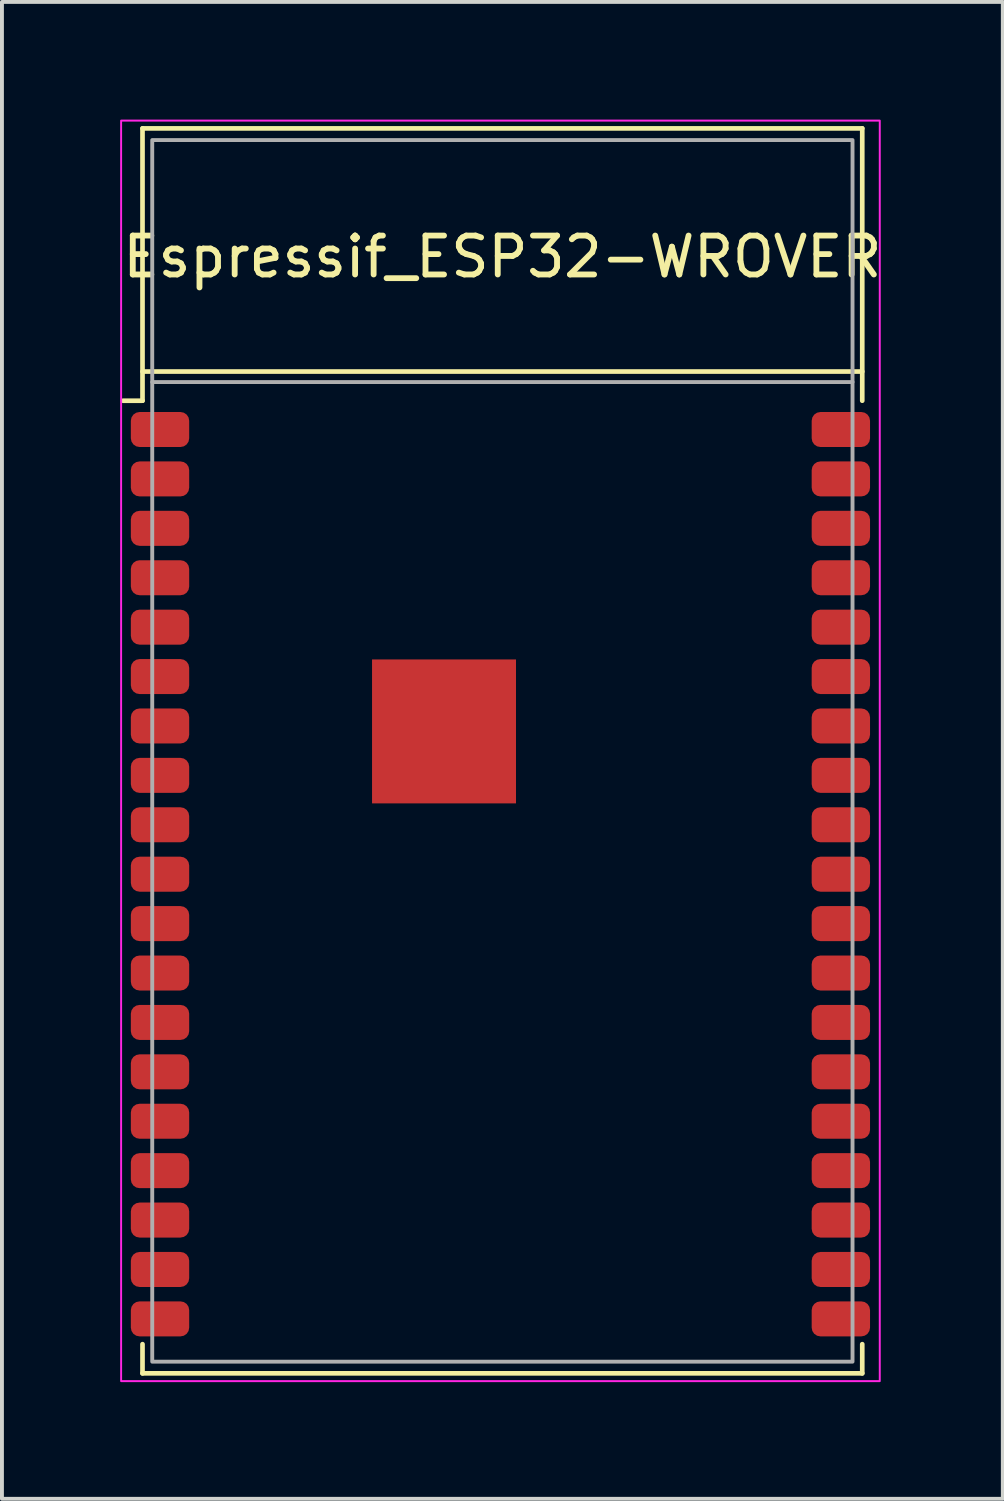
<source format=kicad_pcb>
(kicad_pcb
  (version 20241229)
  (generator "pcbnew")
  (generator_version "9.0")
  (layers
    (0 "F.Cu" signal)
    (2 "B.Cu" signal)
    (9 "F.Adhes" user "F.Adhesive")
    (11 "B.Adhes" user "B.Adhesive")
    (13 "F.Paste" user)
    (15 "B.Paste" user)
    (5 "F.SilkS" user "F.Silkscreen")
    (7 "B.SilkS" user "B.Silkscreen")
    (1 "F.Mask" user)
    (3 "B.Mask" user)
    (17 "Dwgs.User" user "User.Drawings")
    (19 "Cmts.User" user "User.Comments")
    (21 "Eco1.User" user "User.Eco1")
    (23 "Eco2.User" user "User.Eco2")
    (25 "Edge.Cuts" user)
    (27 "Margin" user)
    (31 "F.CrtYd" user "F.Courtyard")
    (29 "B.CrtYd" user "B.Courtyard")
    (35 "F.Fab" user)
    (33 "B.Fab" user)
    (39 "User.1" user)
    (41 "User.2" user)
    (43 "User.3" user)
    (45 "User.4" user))
  (footprint "Espressif_ESP32-WROVER"
    (layer "F.Cu")
    (at 9.863 16.25)
    (property "Reference" "Espressif_ESP32-WROVER" (at 0 -12.7 0) (layer "F.SilkS") (effects (font (size 1 1) (thickness 0.15))))
    (attr smd)
    (fp_line (start -9.25 -16) (end -9.25 -9) (stroke (width 0.12) (type solid)) (layer "F.SilkS"))
    (fp_line (start -9.25 -16) (end 9.25 -16) (stroke (width 0.12) (type solid)) (layer "F.SilkS"))
    (fp_line (start -9.25 -9.75) (end 9.25 -9.75) (stroke (width 0.12) (type solid)) (layer "F.SilkS"))
    (fp_line (start -9.25 -9) (end -9.75 -9) (stroke (width 0.12) (type solid)) (layer "F.SilkS"))
    (fp_line (start -9.25 16) (end -9.25 15.25) (stroke (width 0.12) (type solid)) (layer "F.SilkS"))
    (fp_line (start -9.25 16) (end 9.25 16) (stroke (width 0.12) (type solid)) (layer "F.SilkS"))
    (fp_line (start 9.25 -16) (end 9.25 -9) (stroke (width 0.12) (type solid)) (layer "F.SilkS"))
    (fp_line (start 9.25 16) (end 9.25 15.25) (stroke (width 0.12) (type solid)) (layer "F.SilkS"))
    (fp_rect (start -9.8 -16.2) (end 9.7 16.2) (stroke (width 0.05) (type solid)) (fill no) (layer "F.CrtYd"))
    (fp_line (start -9 -9.48) (end 9 -9.48) (stroke (width 0.1) (type solid)) (layer "F.Fab"))
    (fp_rect (start -9 -15.7) (end 9 15.7) (stroke (width 0.1) (type solid)) (fill no) (layer "F.Fab"))
    (pad "1" smd roundrect (at -8.8 -8.26) (size 1.5 0.9) (layers "F.Cu" "F.Mask" "F.Paste") (roundrect_rratio 0.25))
    (pad "2" smd roundrect (at -8.8 -6.99) (size 1.5 0.9) (layers "F.Cu" "F.Mask" "F.Paste") (roundrect_rratio 0.25))
    (pad "3" smd roundrect (at -8.8 -5.72) (size 1.5 0.9) (layers "F.Cu" "F.Mask" "F.Paste") (roundrect_rratio 0.25))
    (pad "4" smd roundrect (at -8.8 -4.45) (size 1.5 0.9) (layers "F.Cu" "F.Mask" "F.Paste") (roundrect_rratio 0.25))
    (pad "5" smd roundrect (at -8.8 -3.18) (size 1.5 0.9) (layers "F.Cu" "F.Mask" "F.Paste") (roundrect_rratio 0.25))
    (pad "6" smd roundrect (at -8.8 -1.91) (size 1.5 0.9) (layers "F.Cu" "F.Mask" "F.Paste") (roundrect_rratio 0.25))
    (pad "7" smd roundrect (at -8.8 -0.64) (size 1.5 0.9) (layers "F.Cu" "F.Mask" "F.Paste") (roundrect_rratio 0.25))
    (pad "8" smd roundrect (at -8.8 0.63) (size 1.5 0.9) (layers "F.Cu" "F.Mask" "F.Paste") (roundrect_rratio 0.25))
    (pad "9" smd roundrect (at -8.8 1.9) (size 1.5 0.9) (layers "F.Cu" "F.Mask" "F.Paste") (roundrect_rratio 0.25))
    (pad "10" smd roundrect (at -8.8 3.17) (size 1.5 0.9) (layers "F.Cu" "F.Mask" "F.Paste") (roundrect_rratio 0.25))
    (pad "11" smd roundrect (at -8.8 4.44) (size 1.5 0.9) (layers "F.Cu" "F.Mask" "F.Paste") (roundrect_rratio 0.25))
    (pad "12" smd roundrect (at -8.8 5.71) (size 1.5 0.9) (layers "F.Cu" "F.Mask" "F.Paste") (roundrect_rratio 0.25))
    (pad "13" smd roundrect (at -8.8 6.98) (size 1.5 0.9) (layers "F.Cu" "F.Mask" "F.Paste") (roundrect_rratio 0.25))
    (pad "14" smd roundrect (at -8.8 8.25) (size 1.5 0.9) (layers "F.Cu" "F.Mask" "F.Paste") (roundrect_rratio 0.25))
    (pad "15" smd roundrect (at -8.8 9.52) (size 1.5 0.9) (layers "F.Cu" "F.Mask" "F.Paste") (roundrect_rratio 0.25))
    (pad "16" smd roundrect (at -8.8 10.79) (size 1.5 0.9) (layers "F.Cu" "F.Mask" "F.Paste") (roundrect_rratio 0.25))
    (pad "17" smd roundrect (at -8.8 12.06) (size 1.5 0.9) (layers "F.Cu" "F.Mask" "F.Paste") (roundrect_rratio 0.25))
    (pad "18" smd roundrect (at -8.8 13.33) (size 1.5 0.9) (layers "F.Cu" "F.Mask" "F.Paste") (roundrect_rratio 0.25))
    (pad "19" smd roundrect (at -8.8 14.6) (size 1.5 0.9) (layers "F.Cu" "F.Mask" "F.Paste") (roundrect_rratio 0.25))
    (pad "20" smd roundrect (at 8.7 14.6) (size 1.5 0.9) (layers "F.Cu" "F.Mask" "F.Paste") (roundrect_rratio 0.25))
    (pad "21" smd roundrect (at 8.7 13.33) (size 1.5 0.9) (layers "F.Cu" "F.Mask" "F.Paste") (roundrect_rratio 0.25))
    (pad "22" smd roundrect (at 8.7 12.06) (size 1.5 0.9) (layers "F.Cu" "F.Mask" "F.Paste") (roundrect_rratio 0.25))
    (pad "23" smd roundrect (at 8.7 10.79) (size 1.5 0.9) (layers "F.Cu" "F.Mask" "F.Paste") (roundrect_rratio 0.25))
    (pad "24" smd roundrect (at 8.7 9.52) (size 1.5 0.9) (layers "F.Cu" "F.Mask" "F.Paste") (roundrect_rratio 0.25))
    (pad "25" smd roundrect (at 8.7 8.25) (size 1.5 0.9) (layers "F.Cu" "F.Mask" "F.Paste") (roundrect_rratio 0.25))
    (pad "26" smd roundrect (at 8.7 6.98) (size 1.5 0.9) (layers "F.Cu" "F.Mask" "F.Paste") (roundrect_rratio 0.25))
    (pad "27" smd roundrect (at 8.7 5.71) (size 1.5 0.9) (layers "F.Cu" "F.Mask" "F.Paste") (roundrect_rratio 0.25))
    (pad "28" smd roundrect (at 8.7 4.44) (size 1.5 0.9) (layers "F.Cu" "F.Mask" "F.Paste") (roundrect_rratio 0.25))
    (pad "29" smd roundrect (at 8.7 3.17) (size 1.5 0.9) (layers "F.Cu" "F.Mask" "F.Paste") (roundrect_rratio 0.25))
    (pad "30" smd roundrect (at 8.7 1.9) (size 1.5 0.9) (layers "F.Cu" "F.Mask" "F.Paste") (roundrect_rratio 0.25))
    (pad "31" smd roundrect (at 8.7 0.63) (size 1.5 0.9) (layers "F.Cu" "F.Mask" "F.Paste") (roundrect_rratio 0.25))
    (pad "32" smd roundrect (at 8.7 -0.64) (size 1.5 0.9) (layers "F.Cu" "F.Mask" "F.Paste") (roundrect_rratio 0.25))
    (pad "33" smd roundrect (at 8.7 -1.91) (size 1.5 0.9) (layers "F.Cu" "F.Mask" "F.Paste") (roundrect_rratio 0.25))
    (pad "34" smd roundrect (at 8.7 -3.18) (size 1.5 0.9) (layers "F.Cu" "F.Mask" "F.Paste") (roundrect_rratio 0.25))
    (pad "35" smd roundrect (at 8.7 -4.45) (size 1.5 0.9) (layers "F.Cu" "F.Mask" "F.Paste") (roundrect_rratio 0.25))
    (pad "36" smd roundrect (at 8.7 -5.72) (size 1.5 0.9) (layers "F.Cu" "F.Mask" "F.Paste") (roundrect_rratio 0.25))
    (pad "37" smd roundrect (at 8.7 -6.99) (size 1.5 0.9) (layers "F.Cu" "F.Mask" "F.Paste") (roundrect_rratio 0.25))
    (pad "38" smd roundrect (at 8.7 -8.26) (size 1.5 0.9) (layers "F.Cu" "F.Mask" "F.Paste") (roundrect_rratio 0.25))
    (pad "39" smd rect (at -1.5 -0.5) (size 3.7 3.7) (layers "F.Cu" "F.Mask"))
    (zone (net_name "") (layers "F.Cu" "B.Cu") (name "Antenna") (hatch full 0.508) (connect_pads) (min_thickness 0.254) (filled_areas_thickness no) (keepout (tracks not_allowed) (vias not_allowed) (pads not_allowed) (copperpour not_allowed) (footprints not_allowed)) (placement (enabled no)) (fill) (polygon (pts (xy 0.113 0) (xy 19.613 0) (xy 19.613 6.75) (xy 0.113 6.75)))))
  (gr_rect
    (start -3 -3)
    (end 22.726 35.475)
    (stroke (width 0.1) (type default))
    (fill no)
    (layer "Edge.Cuts")))
</source>
